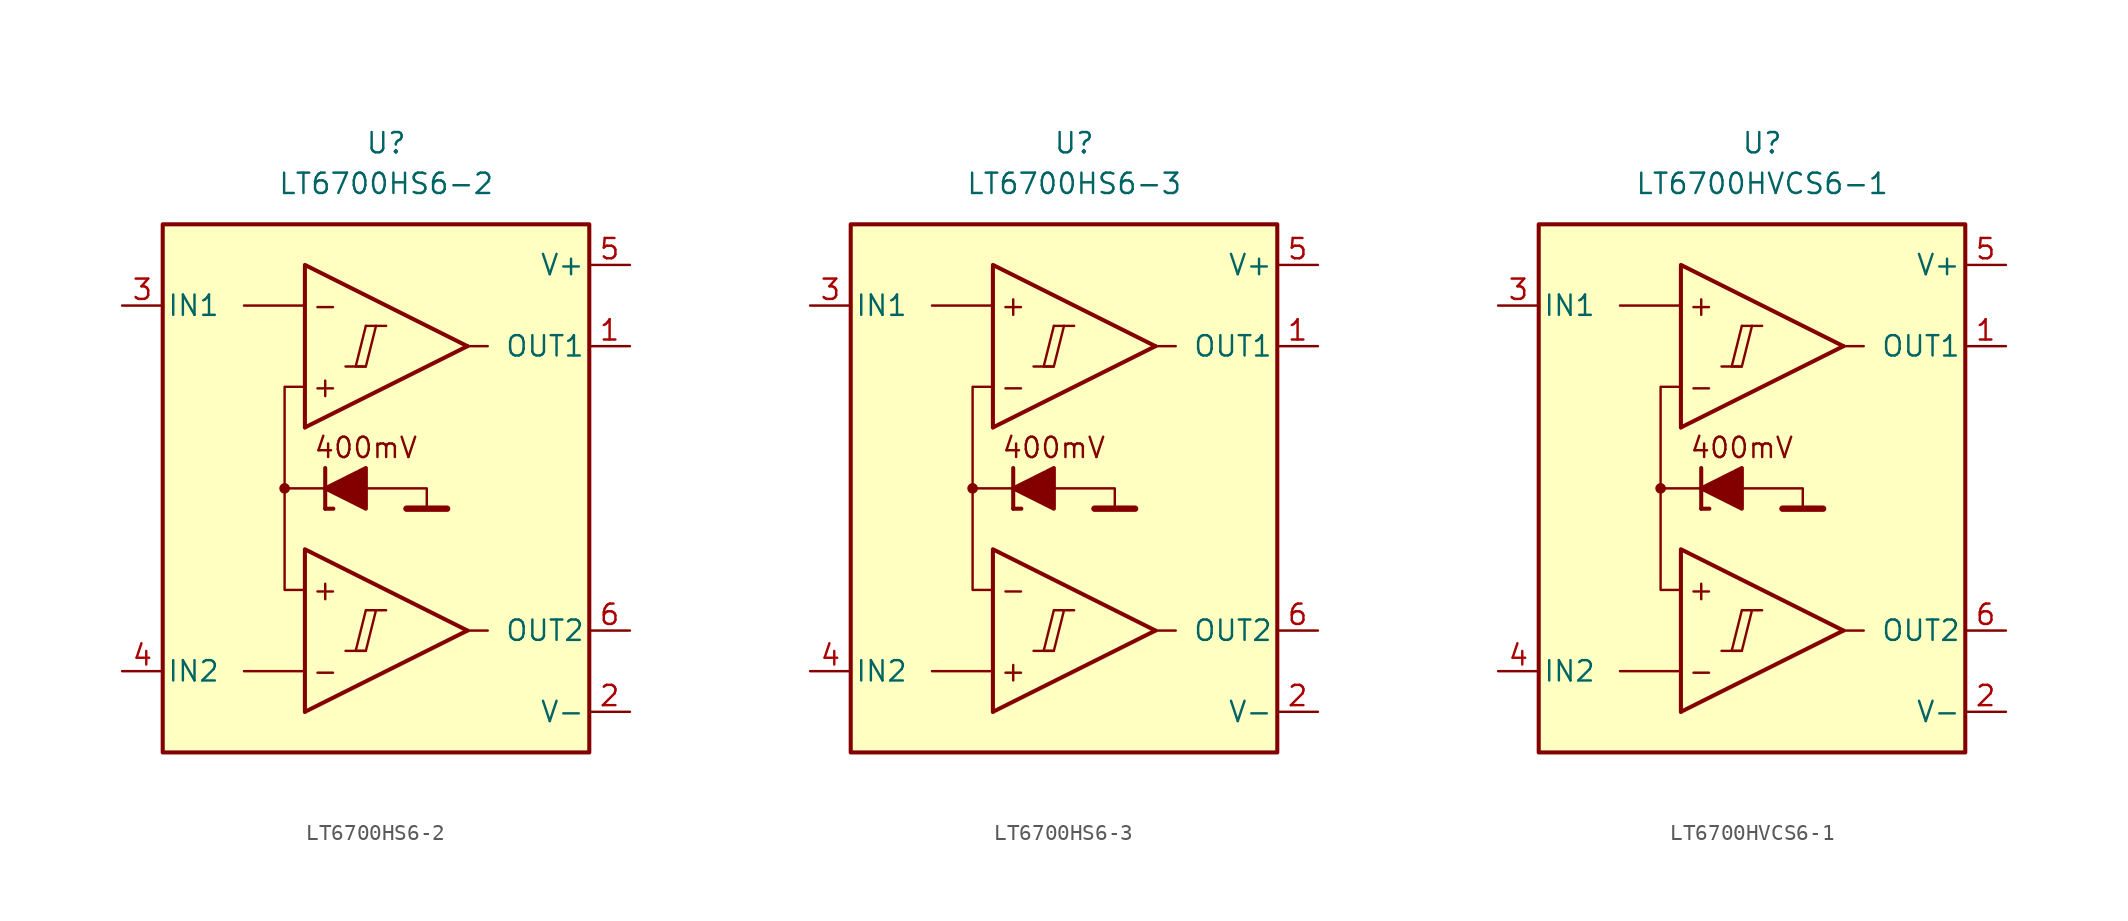
<source format=kicad_sym>
(kicad_symbol_lib
  (version 20211014)
  (generator kicad_symbol_editor)
  (symbol "LT6700HS6-2"
    (pin_names
      (offset 0.254))
    (property "Reference" "U"
      (at 0 22.86 0)
      (effects (font (size 1.27 1.27))))
    (property "Value" "LT6700HS6-2"
      (at 0 20.32 0)
      (effects (font (size 1.27 1.27))))
    (symbol "LT6700HS6-2_0_0"
      (rectangle (start -13.97 17.78) (end 12.7 -15.24) (stroke (width 0.254) (type default) (color 0 0 0 0)) (fill (type background)))
      (circle (center -6.35 1.27) (radius 0.254) (stroke (width 0.152) (type default) (color 0 0 0 0)) (fill (type outline)))
      (polyline (pts (xy -2.54 -8.89) (xy -1.27 -8.89)) (stroke (width 0.152) (type default) (color 0 0 0 0)) (fill (type none)))
      (polyline (pts (xy -2.54 8.89) (xy -1.27 8.89)) (stroke (width 0.152) (type default) (color 0 0 0 0)) (fill (type none)))
      (polyline (pts (xy -1.27 -6.35) (xy 0 -6.35)) (stroke (width 0.152) (type default) (color 0 0 0 0)) (fill (type none)))
      (polyline (pts (xy -1.27 11.43) (xy 0 11.43)) (stroke (width 0.152) (type default) (color 0 0 0 0)) (fill (type none)))
      (polyline (pts (xy 5.08 -7.62) (xy -5.08 -12.7)) (stroke (width 0.254) (type default) (color 0 0 0 0)) (fill (type none)))
      (polyline (pts (xy 5.08 10.16) (xy -5.08 5.08)) (stroke (width 0.254) (type default) (color 0 0 0 0)) (fill (type none)))
      (polyline (pts (xy 5.08 -7.62) (xy -5.08 -2.54) (xy -5.08 -12.7)) (stroke (width 0.254) (type default) (color 0 0 0 0)) (fill (type background)))
      (polyline (pts (xy 5.08 10.16) (xy -5.08 15.24) (xy -5.08 5.08)) (stroke (width 0.254) (type default) (color 0 0 0 0)) (fill (type background)))
      (polyline (pts (xy -1.27 -6.35) (xy -1.905 -8.89) (xy -1.27 -8.89) (xy -0.635 -6.35)) (stroke (width 0.152) (type default) (color 0 0 0 0)) (fill (type none)))
      (polyline (pts (xy -1.27 11.43) (xy -1.905 8.89) (xy -1.27 8.89) (xy -0.635 11.43)) (stroke (width 0.152) (type default) (color 0 0 0 0)) (fill (type none)))
      (text "+" (at -3.81 -5.08 0) (effects (font (size 1.27 1.27))))
      (text "+" (at -3.81 7.62 0) (effects (font (size 1.27 1.27))))
      (text "-" (at -3.81 -10.16 0) (effects (font (size 1.27 1.27))))
      (text "-" (at -3.81 12.7 0) (effects (font (size 1.27 1.27)))))
    (symbol "LT6700HS6-2_0_1"
      (polyline (pts (xy -5.08 -10.16) (xy -8.89 -10.16)) (stroke (width 0) (type default) (color 0 0 0 0)) (fill (type none)))
      (polyline (pts (xy -5.08 12.7) (xy -8.89 12.7)) (stroke (width 0) (type default) (color 0 0 0 0)) (fill (type none)))
      (polyline (pts (xy -3.81 0) (xy -3.81 2.54)) (stroke (width 0.254) (type default) (color 0 0 0 0)) (fill (type none)))
      (polyline (pts (xy -3.81 0) (xy -3.302 0)) (stroke (width 0.254) (type default) (color 0 0 0 0)) (fill (type none)))
      (polyline (pts (xy -3.81 1.27) (xy -6.35 1.27)) (stroke (width 0.152) (type default) (color 0 0 0 0)) (fill (type none)))
      (polyline (pts (xy 1.27 0) (xy 3.81 0)) (stroke (width 0.4) (type default) (color 0 0 0 0)) (fill (type none)))
      (polyline (pts (xy 5.08 -7.62) (xy 6.35 -7.62)) (stroke (width 0) (type default) (color 0 0 0 0)) (fill (type none)))
      (polyline (pts (xy 5.08 10.16) (xy 6.35 10.16)) (stroke (width 0) (type default) (color 0 0 0 0)) (fill (type none)))
      (polyline (pts (xy -1.27 1.27) (xy 2.54 1.27) (xy 2.54 0)) (stroke (width 0.152) (type default) (color 0 0 0 0)) (fill (type none)))
      (polyline (pts (xy -5.08 -5.08) (xy -6.35 -5.08) (xy -6.35 7.62) (xy -5.08 7.62)) (stroke (width 0.152) (type default) (color 0 0 0 0)) (fill (type none)))
      (polyline (pts (xy -1.27 2.54) (xy -1.27 0) (xy -3.81 1.27) (xy -1.27 2.54)) (stroke (width 0.254) (type default) (color 0 0 0 0)) (fill (type outline))))
    (symbol "LT6700HS6-2_1_0"
      (text "400mV" (at -1.27 3.81 0) (effects (font (size 1.27 1.27)))))
    (symbol "LT6700HS6-2_1_1"
      (pin output line (at 15.24 10.16 180) (length 2.54) (name "OUT1" (effects (font (size 1.27 1.27)))) (number "1" (effects (font (size 1.27 1.27)))))
      (pin power_in line (at 15.24 -12.7 180) (length 2.54) (name "V-" (effects (font (size 1.27 1.27)))) (number "2" (effects (font (size 1.27 1.27)))))
      (pin input line (at -16.51 12.7 0) (length 2.54) (name "IN1" (effects (font (size 1.27 1.27)))) (number "3" (effects (font (size 1.27 1.27)))))
      (pin input line (at -16.51 -10.16 0) (length 2.54) (name "IN2" (effects (font (size 1.27 1.27)))) (number "4" (effects (font (size 1.27 1.27)))))
      (pin power_in line (at 15.24 15.24 180) (length 2.54) (name "V+" (effects (font (size 1.27 1.27)))) (number "5" (effects (font (size 1.27 1.27)))))
      (pin output line (at 15.24 -7.62 180) (length 2.54) (name "OUT2" (effects (font (size 1.27 1.27)))) (number "6" (effects (font (size 1.27 1.27)))))))
  (symbol "LT6700HS6-3"
    (pin_names
      (offset 0.254))
    (property "Reference" "U"
      (at 0 22.86 0)
      (effects (font (size 1.27 1.27))))
    (property "Value" "LT6700HS6-3"
      (at 0 20.32 0)
      (effects (font (size 1.27 1.27))))
    (symbol "LT6700HS6-3_0_0"
      (rectangle (start -13.97 17.78) (end 12.7 -15.24) (stroke (width 0.254) (type default) (color 0 0 0 0)) (fill (type background)))
      (circle (center -6.35 1.27) (radius 0.254) (stroke (width 0.152) (type default) (color 0 0 0 0)) (fill (type outline)))
      (polyline (pts (xy -2.54 -8.89) (xy -1.27 -8.89)) (stroke (width 0.152) (type default) (color 0 0 0 0)) (fill (type none)))
      (polyline (pts (xy -2.54 8.89) (xy -1.27 8.89)) (stroke (width 0.152) (type default) (color 0 0 0 0)) (fill (type none)))
      (polyline (pts (xy -1.27 -6.35) (xy 0 -6.35)) (stroke (width 0.152) (type default) (color 0 0 0 0)) (fill (type none)))
      (polyline (pts (xy -1.27 11.43) (xy 0 11.43)) (stroke (width 0.152) (type default) (color 0 0 0 0)) (fill (type none)))
      (polyline (pts (xy 5.08 -7.62) (xy -5.08 -12.7)) (stroke (width 0.254) (type default) (color 0 0 0 0)) (fill (type none)))
      (polyline (pts (xy 5.08 10.16) (xy -5.08 5.08)) (stroke (width 0.254) (type default) (color 0 0 0 0)) (fill (type none)))
      (polyline (pts (xy 5.08 -7.62) (xy -5.08 -2.54) (xy -5.08 -12.7)) (stroke (width 0.254) (type default) (color 0 0 0 0)) (fill (type background)))
      (polyline (pts (xy 5.08 10.16) (xy -5.08 15.24) (xy -5.08 5.08)) (stroke (width 0.254) (type default) (color 0 0 0 0)) (fill (type background)))
      (polyline (pts (xy -1.27 -6.35) (xy -1.905 -8.89) (xy -1.27 -8.89) (xy -0.635 -6.35)) (stroke (width 0.152) (type default) (color 0 0 0 0)) (fill (type none)))
      (polyline (pts (xy -1.27 11.43) (xy -1.905 8.89) (xy -1.27 8.89) (xy -0.635 11.43)) (stroke (width 0.152) (type default) (color 0 0 0 0)) (fill (type none)))
      (text "+" (at -3.81 -10.16 0) (effects (font (size 1.27 1.27))))
      (text "+" (at -3.81 12.7 0) (effects (font (size 1.27 1.27))))
      (text "-" (at -3.81 -5.08 0) (effects (font (size 1.27 1.27))))
      (text "-" (at -3.81 7.62 0) (effects (font (size 1.27 1.27)))))
    (symbol "LT6700HS6-3_0_1"
      (polyline (pts (xy -5.08 -10.16) (xy -8.89 -10.16)) (stroke (width 0) (type default) (color 0 0 0 0)) (fill (type none)))
      (polyline (pts (xy -5.08 12.7) (xy -8.89 12.7)) (stroke (width 0) (type default) (color 0 0 0 0)) (fill (type none)))
      (polyline (pts (xy -3.81 0) (xy -3.81 2.54)) (stroke (width 0.254) (type default) (color 0 0 0 0)) (fill (type none)))
      (polyline (pts (xy -3.81 0) (xy -3.302 0)) (stroke (width 0.254) (type default) (color 0 0 0 0)) (fill (type none)))
      (polyline (pts (xy -3.81 1.27) (xy -6.35 1.27)) (stroke (width 0.152) (type default) (color 0 0 0 0)) (fill (type none)))
      (polyline (pts (xy 1.27 0) (xy 3.81 0)) (stroke (width 0.4) (type default) (color 0 0 0 0)) (fill (type none)))
      (polyline (pts (xy 5.08 -7.62) (xy 6.35 -7.62)) (stroke (width 0) (type default) (color 0 0 0 0)) (fill (type none)))
      (polyline (pts (xy 5.08 10.16) (xy 6.35 10.16)) (stroke (width 0) (type default) (color 0 0 0 0)) (fill (type none)))
      (polyline (pts (xy -1.27 1.27) (xy 2.54 1.27) (xy 2.54 0)) (stroke (width 0.152) (type default) (color 0 0 0 0)) (fill (type none)))
      (polyline (pts (xy -5.08 -5.08) (xy -6.35 -5.08) (xy -6.35 7.62) (xy -5.08 7.62)) (stroke (width 0.152) (type default) (color 0 0 0 0)) (fill (type none)))
      (polyline (pts (xy -1.27 2.54) (xy -1.27 0) (xy -3.81 1.27) (xy -1.27 2.54)) (stroke (width 0.254) (type default) (color 0 0 0 0)) (fill (type outline))))
    (symbol "LT6700HS6-3_1_0"
      (text "400mV" (at -1.27 3.81 0) (effects (font (size 1.27 1.27)))))
    (symbol "LT6700HS6-3_1_1"
      (pin output line (at 15.24 10.16 180) (length 2.54) (name "OUT1" (effects (font (size 1.27 1.27)))) (number "1" (effects (font (size 1.27 1.27)))))
      (pin power_in line (at 15.24 -12.7 180) (length 2.54) (name "V-" (effects (font (size 1.27 1.27)))) (number "2" (effects (font (size 1.27 1.27)))))
      (pin input line (at -16.51 12.7 0) (length 2.54) (name "IN1" (effects (font (size 1.27 1.27)))) (number "3" (effects (font (size 1.27 1.27)))))
      (pin input line (at -16.51 -10.16 0) (length 2.54) (name "IN2" (effects (font (size 1.27 1.27)))) (number "4" (effects (font (size 1.27 1.27)))))
      (pin power_in line (at 15.24 15.24 180) (length 2.54) (name "V+" (effects (font (size 1.27 1.27)))) (number "5" (effects (font (size 1.27 1.27)))))
      (pin output line (at 15.24 -7.62 180) (length 2.54) (name "OUT2" (effects (font (size 1.27 1.27)))) (number "6" (effects (font (size 1.27 1.27)))))))
  (symbol "LT6700HVCS6-1"
    (pin_names
      (offset 0.254))
    (property "Reference" "U"
      (at 0 22.86 0)
      (effects (font (size 1.27 1.27))))
    (property "Value" "LT6700HVCS6-1"
      (at 0 20.32 0)
      (effects (font (size 1.27 1.27))))
    (symbol "LT6700HVCS6-1_0_0"
      (rectangle (start -13.97 17.78) (end 12.7 -15.24) (stroke (width 0.254) (type default) (color 0 0 0 0)) (fill (type background)))
      (circle (center -6.35 1.27) (radius 0.254) (stroke (width 0.152) (type default) (color 0 0 0 0)) (fill (type outline)))
      (polyline (pts (xy -2.54 -8.89) (xy -1.27 -8.89)) (stroke (width 0.152) (type default) (color 0 0 0 0)) (fill (type none)))
      (polyline (pts (xy -2.54 8.89) (xy -1.27 8.89)) (stroke (width 0.152) (type default) (color 0 0 0 0)) (fill (type none)))
      (polyline (pts (xy -1.27 -6.35) (xy 0 -6.35)) (stroke (width 0.152) (type default) (color 0 0 0 0)) (fill (type none)))
      (polyline (pts (xy -1.27 11.43) (xy 0 11.43)) (stroke (width 0.152) (type default) (color 0 0 0 0)) (fill (type none)))
      (polyline (pts (xy 5.08 -7.62) (xy -5.08 -12.7)) (stroke (width 0.254) (type default) (color 0 0 0 0)) (fill (type none)))
      (polyline (pts (xy 5.08 10.16) (xy -5.08 5.08)) (stroke (width 0.254) (type default) (color 0 0 0 0)) (fill (type none)))
      (polyline (pts (xy 5.08 -7.62) (xy -5.08 -2.54) (xy -5.08 -12.7)) (stroke (width 0.254) (type default) (color 0 0 0 0)) (fill (type background)))
      (polyline (pts (xy 5.08 10.16) (xy -5.08 15.24) (xy -5.08 5.08)) (stroke (width 0.254) (type default) (color 0 0 0 0)) (fill (type background)))
      (polyline (pts (xy -1.27 -6.35) (xy -1.905 -8.89) (xy -1.27 -8.89) (xy -0.635 -6.35)) (stroke (width 0.152) (type default) (color 0 0 0 0)) (fill (type none)))
      (polyline (pts (xy -1.27 11.43) (xy -1.905 8.89) (xy -1.27 8.89) (xy -0.635 11.43)) (stroke (width 0.152) (type default) (color 0 0 0 0)) (fill (type none)))
      (text "+" (at -3.81 -5.08 0) (effects (font (size 1.27 1.27))))
      (text "+" (at -3.81 12.7 0) (effects (font (size 1.27 1.27))))
      (text "-" (at -3.81 -10.16 0) (effects (font (size 1.27 1.27))))
      (text "-" (at -3.81 7.62 0) (effects (font (size 1.27 1.27)))))
    (symbol "LT6700HVCS6-1_0_1"
      (polyline (pts (xy -5.08 -10.16) (xy -8.89 -10.16)) (stroke (width 0) (type default) (color 0 0 0 0)) (fill (type none)))
      (polyline (pts (xy -5.08 12.7) (xy -8.89 12.7)) (stroke (width 0) (type default) (color 0 0 0 0)) (fill (type none)))
      (polyline (pts (xy -3.81 0) (xy -3.81 2.54)) (stroke (width 0.254) (type default) (color 0 0 0 0)) (fill (type none)))
      (polyline (pts (xy -3.81 0) (xy -3.302 0)) (stroke (width 0.254) (type default) (color 0 0 0 0)) (fill (type none)))
      (polyline (pts (xy -3.81 1.27) (xy -6.35 1.27)) (stroke (width 0.152) (type default) (color 0 0 0 0)) (fill (type none)))
      (polyline (pts (xy 1.27 0) (xy 3.81 0)) (stroke (width 0.4) (type default) (color 0 0 0 0)) (fill (type none)))
      (polyline (pts (xy 5.08 -7.62) (xy 6.35 -7.62)) (stroke (width 0) (type default) (color 0 0 0 0)) (fill (type none)))
      (polyline (pts (xy 5.08 10.16) (xy 6.35 10.16)) (stroke (width 0) (type default) (color 0 0 0 0)) (fill (type none)))
      (polyline (pts (xy -1.27 1.27) (xy 2.54 1.27) (xy 2.54 0)) (stroke (width 0.152) (type default) (color 0 0 0 0)) (fill (type none)))
      (polyline (pts (xy -5.08 -5.08) (xy -6.35 -5.08) (xy -6.35 7.62) (xy -5.08 7.62)) (stroke (width 0.152) (type default) (color 0 0 0 0)) (fill (type none)))
      (polyline (pts (xy -1.27 2.54) (xy -1.27 0) (xy -3.81 1.27) (xy -1.27 2.54)) (stroke (width 0.254) (type default) (color 0 0 0 0)) (fill (type outline))))
    (symbol "LT6700HVCS6-1_1_0"
      (text "400mV" (at -1.27 3.81 0) (effects (font (size 1.27 1.27)))))
    (symbol "LT6700HVCS6-1_1_1"
      (pin output line (at 15.24 10.16 180) (length 2.54) (name "OUT1" (effects (font (size 1.27 1.27)))) (number "1" (effects (font (size 1.27 1.27)))))
      (pin power_in line (at 15.24 -12.7 180) (length 2.54) (name "V-" (effects (font (size 1.27 1.27)))) (number "2" (effects (font (size 1.27 1.27)))))
      (pin input line (at -16.51 12.7 0) (length 2.54) (name "IN1" (effects (font (size 1.27 1.27)))) (number "3" (effects (font (size 1.27 1.27)))))
      (pin input line (at -16.51 -10.16 0) (length 2.54) (name "IN2" (effects (font (size 1.27 1.27)))) (number "4" (effects (font (size 1.27 1.27)))))
      (pin power_in line (at 15.24 15.24 180) (length 2.54) (name "V+" (effects (font (size 1.27 1.27)))) (number "5" (effects (font (size 1.27 1.27)))))
      (pin output line (at 15.24 -7.62 180) (length 2.54) (name "OUT2" (effects (font (size 1.27 1.27)))) (number "6" (effects (font (size 1.27 1.27))))))))
</source>
